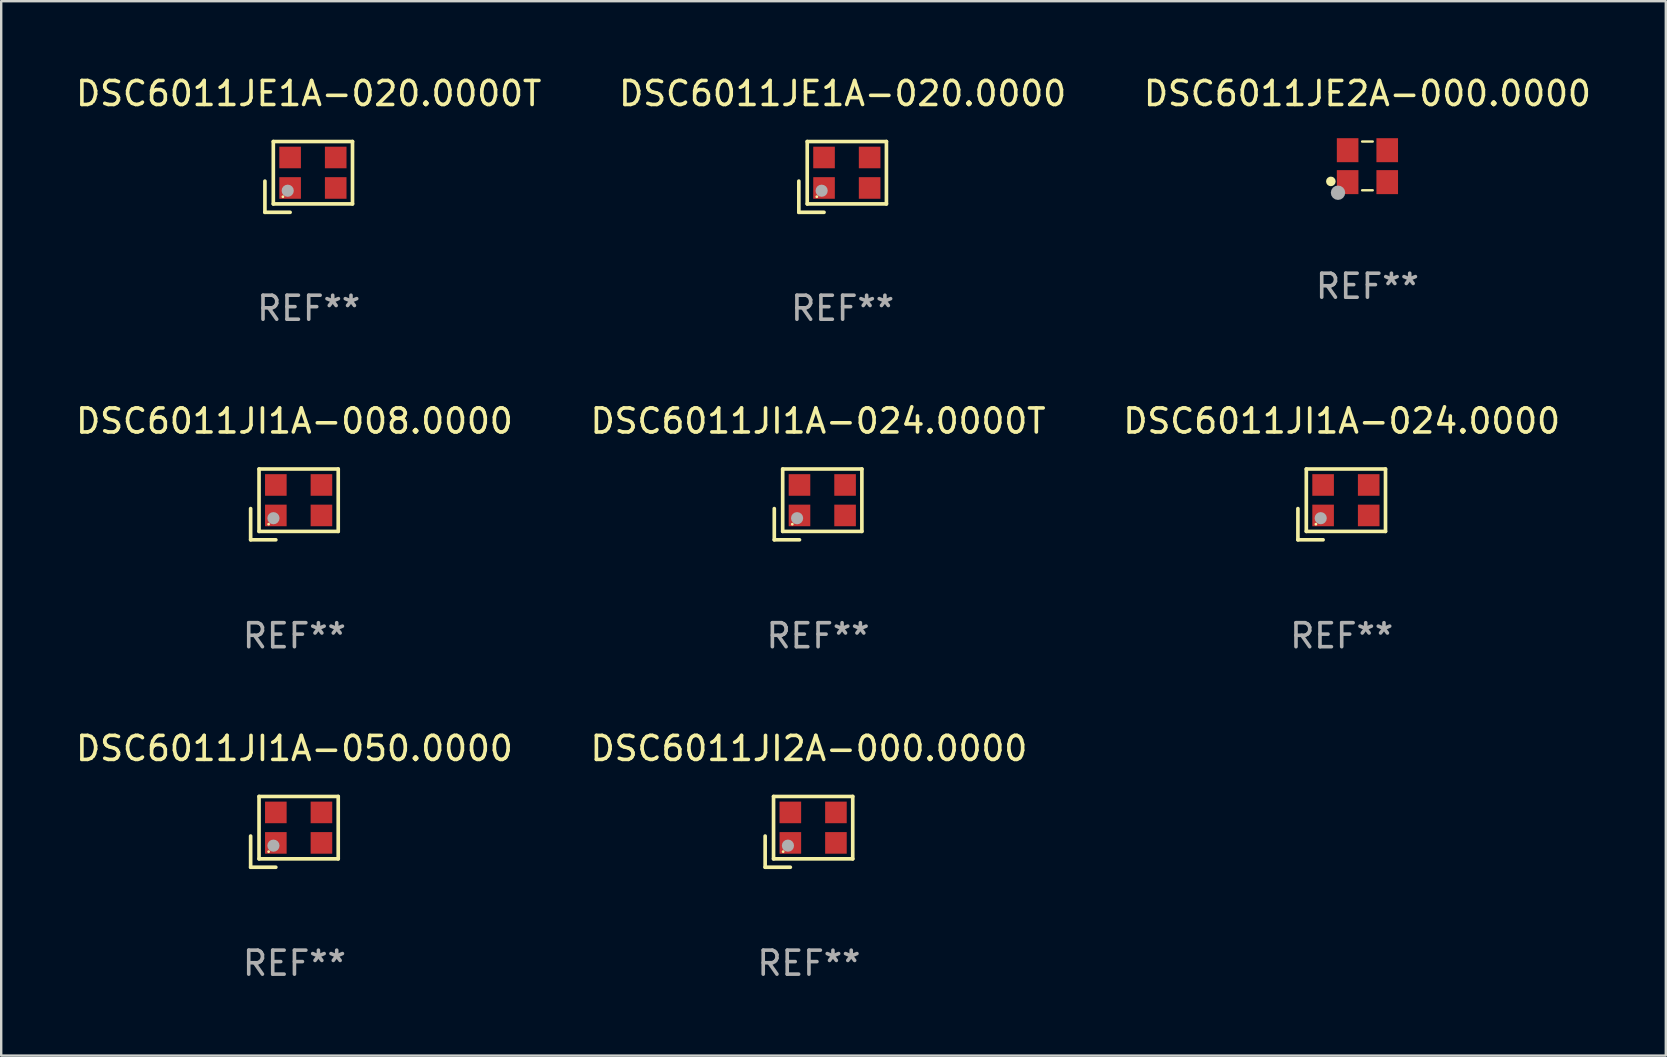
<source format=kicad_pcb>
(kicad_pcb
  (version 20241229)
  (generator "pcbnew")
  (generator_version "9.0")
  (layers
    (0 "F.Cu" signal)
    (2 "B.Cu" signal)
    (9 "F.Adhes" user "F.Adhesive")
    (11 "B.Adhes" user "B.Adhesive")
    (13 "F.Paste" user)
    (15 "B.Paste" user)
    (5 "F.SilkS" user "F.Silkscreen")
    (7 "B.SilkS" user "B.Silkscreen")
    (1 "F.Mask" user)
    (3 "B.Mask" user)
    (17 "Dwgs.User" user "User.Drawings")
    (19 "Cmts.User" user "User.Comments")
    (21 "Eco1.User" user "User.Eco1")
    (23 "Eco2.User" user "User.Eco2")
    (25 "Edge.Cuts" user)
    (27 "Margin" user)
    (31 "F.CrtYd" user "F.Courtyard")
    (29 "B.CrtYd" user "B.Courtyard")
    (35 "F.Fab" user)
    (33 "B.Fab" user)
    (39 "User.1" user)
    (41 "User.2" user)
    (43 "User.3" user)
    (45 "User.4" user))
  (footprint "DSC6011JI1A-008.0000"
    (layer "F.Cu")
    (at 9.22 17.97)
    (property "Reference" "DSC6011JI1A-008.0000" (at 0 -3.475 0) (layer "F.SilkS") (effects (font (size 1 1) (thickness 0.15))))
    (attr through_hole)
    (fp_line (start -1.825 0.175) (end -1.825 1.475) (stroke (width 0.152) (type solid)) (layer "F.SilkS"))
    (fp_line (start -1.825 1.475) (end -0.775 1.475) (stroke (width 0.152) (type solid)) (layer "F.SilkS"))
    (fp_line (start -1.475 -1.475) (end -1.475 1.125) (stroke (width 0.152) (type solid)) (layer "F.SilkS"))
    (fp_line (start -1.475 1.125) (end 1.825 1.125) (stroke (width 0.152) (type solid)) (layer "F.SilkS"))
    (fp_line (start 1.825 -1.475) (end -1.475 -1.475) (stroke (width 0.152) (type solid)) (layer "F.SilkS"))
    (fp_line (start 1.825 1.125) (end 1.825 -1.475) (stroke (width 0.152) (type solid)) (layer "F.SilkS"))
    (fp_circle (center -1.075 0.825) (end -1.045 0.825) (stroke (width 0.06) (type solid)) (fill no) (layer "F.SilkS"))
    (fp_circle (center -0.875 0.575) (end -0.748 0.575) (stroke (width 0.254) (type solid)) (fill no) (layer "F.Fab"))
    (fp_text user "REF**" (at 0 5.475 0) (layer "F.Fab") (effects (font (size 1 1) (thickness 0.15))))
    (pad "1" smd rect (at -0.775 0.46) (size 0.9 0.9) (layers "F.Cu" "F.Mask" "F.Paste"))
    (pad "2" smd rect (at 1.125 0.46) (size 0.9 0.9) (layers "F.Cu" "F.Mask" "F.Paste"))
    (pad "3" smd rect (at 1.125 -0.81) (size 0.9 0.9) (layers "F.Cu" "F.Mask" "F.Paste"))
    (pad "4" smd rect (at -0.775 -0.81) (size 0.9 0.9) (layers "F.Cu" "F.Mask" "F.Paste")))
  (footprint "DSC6011JE1A-020.0000"
    (layer "F.Cu")
    (at 32.065 4.323)
    (property "Reference" "DSC6011JE1A-020.0000" (at 0 -3.475 0) (layer "F.SilkS") (effects (font (size 1 1) (thickness 0.15))))
    (attr through_hole)
    (fp_line (start -1.825 0.175) (end -1.825 1.475) (stroke (width 0.152) (type solid)) (layer "F.SilkS"))
    (fp_line (start -1.825 1.475) (end -0.775 1.475) (stroke (width 0.152) (type solid)) (layer "F.SilkS"))
    (fp_line (start -1.475 -1.475) (end -1.475 1.125) (stroke (width 0.152) (type solid)) (layer "F.SilkS"))
    (fp_line (start -1.475 1.125) (end 1.825 1.125) (stroke (width 0.152) (type solid)) (layer "F.SilkS"))
    (fp_line (start 1.825 -1.475) (end -1.475 -1.475) (stroke (width 0.152) (type solid)) (layer "F.SilkS"))
    (fp_line (start 1.825 1.125) (end 1.825 -1.475) (stroke (width 0.152) (type solid)) (layer "F.SilkS"))
    (fp_circle (center -1.075 0.825) (end -1.045 0.825) (stroke (width 0.06) (type solid)) (fill no) (layer "F.SilkS"))
    (fp_circle (center -0.875 0.575) (end -0.748 0.575) (stroke (width 0.254) (type solid)) (fill no) (layer "F.Fab"))
    (fp_text user "REF**" (at 0 5.475 0) (layer "F.Fab") (effects (font (size 1 1) (thickness 0.15))))
    (pad "1" smd rect (at -0.775 0.46) (size 0.9 0.9) (layers "F.Cu" "F.Mask" "F.Paste"))
    (pad "2" smd rect (at 1.125 0.46) (size 0.9 0.9) (layers "F.Cu" "F.Mask" "F.Paste"))
    (pad "3" smd rect (at 1.125 -0.81) (size 0.9 0.9) (layers "F.Cu" "F.Mask" "F.Paste"))
    (pad "4" smd rect (at -0.775 -0.81) (size 0.9 0.9) (layers "F.Cu" "F.Mask" "F.Paste")))
  (footprint "DSC6011JE2A-000.0000"
    (layer "F.Cu")
    (at 53.935 3.864)
    (property "Reference" "DSC6011JE2A-000.0000" (at 0 -3.016 0) (layer "F.SilkS") (effects (font (size 1 1) (thickness 0.15))))
    (attr through_hole)
    (fp_line (start -0.221 -1.016) (end 0.221 -1.016) (stroke (width 0.1) (type solid)) (layer "F.SilkS"))
    (fp_line (start -0.221 1.016) (end 0.221 1.016) (stroke (width 0.1) (type solid)) (layer "F.SilkS"))
    (fp_circle (center -1.524 0.646) (end -1.424 0.646) (stroke (width 0.2) (type solid)) (fill no) (layer "F.SilkS"))
    (fp_circle (center -1.25 1) (end -1.22 1) (stroke (width 0.06) (type solid)) (fill no) (layer "F.SilkS"))
    (fp_circle (center -1.226 1.118) (end -1.076 1.118) (stroke (width 0.3) (type solid)) (fill no) (layer "F.Fab"))
    (fp_text user "REF**" (at 0 5.016 0) (layer "F.Fab") (effects (font (size 1 1) (thickness 0.15))))
    (pad "1" smd rect (at -0.825 0.676) (size 0.9 1) (layers "F.Cu" "F.Mask" "F.Paste"))
    (pad "2" smd rect (at 0.825 0.676) (size 0.9 1) (layers "F.Cu" "F.Mask" "F.Paste"))
    (pad "3" smd rect (at 0.825 -0.655) (size 0.9 1) (layers "F.Cu" "F.Mask" "F.Paste"))
    (pad "4" smd rect (at -0.825 -0.655) (size 0.9 1) (layers "F.Cu" "F.Mask" "F.Paste")))
  (footprint "DSC6011JE1A-020.0000T"
    (layer "F.Cu")
    (at 9.815 4.323)
    (property "Reference" "DSC6011JE1A-020.0000T" (at 0 -3.475 0) (layer "F.SilkS") (effects (font (size 1 1) (thickness 0.15))))
    (attr through_hole)
    (fp_line (start -1.825 0.175) (end -1.825 1.475) (stroke (width 0.152) (type solid)) (layer "F.SilkS"))
    (fp_line (start -1.825 1.475) (end -0.775 1.475) (stroke (width 0.152) (type solid)) (layer "F.SilkS"))
    (fp_line (start -1.475 -1.475) (end -1.475 1.125) (stroke (width 0.152) (type solid)) (layer "F.SilkS"))
    (fp_line (start -1.475 1.125) (end 1.825 1.125) (stroke (width 0.152) (type solid)) (layer "F.SilkS"))
    (fp_line (start 1.825 -1.475) (end -1.475 -1.475) (stroke (width 0.152) (type solid)) (layer "F.SilkS"))
    (fp_line (start 1.825 1.125) (end 1.825 -1.475) (stroke (width 0.152) (type solid)) (layer "F.SilkS"))
    (fp_circle (center -1.075 0.825) (end -1.045 0.825) (stroke (width 0.06) (type solid)) (fill no) (layer "F.SilkS"))
    (fp_circle (center -0.875 0.575) (end -0.748 0.575) (stroke (width 0.254) (type solid)) (fill no) (layer "F.Fab"))
    (fp_text user "REF**" (at 0 5.475 0) (layer "F.Fab") (effects (font (size 1 1) (thickness 0.15))))
    (pad "1" smd rect (at -0.775 0.46) (size 0.9 0.9) (layers "F.Cu" "F.Mask" "F.Paste"))
    (pad "2" smd rect (at 1.125 0.46) (size 0.9 0.9) (layers "F.Cu" "F.Mask" "F.Paste"))
    (pad "3" smd rect (at 1.125 -0.81) (size 0.9 0.9) (layers "F.Cu" "F.Mask" "F.Paste"))
    (pad "4" smd rect (at -0.775 -0.81) (size 0.9 0.9) (layers "F.Cu" "F.Mask" "F.Paste")))
  (footprint "DSC6011JI1A-024.0000T"
    (layer "F.Cu")
    (at 31.042 17.97)
    (property "Reference" "DSC6011JI1A-024.0000T" (at 0 -3.475 0) (layer "F.SilkS") (effects (font (size 1 1) (thickness 0.15))))
    (attr through_hole)
    (fp_line (start -1.825 0.175) (end -1.825 1.475) (stroke (width 0.152) (type solid)) (layer "F.SilkS"))
    (fp_line (start -1.825 1.475) (end -0.775 1.475) (stroke (width 0.152) (type solid)) (layer "F.SilkS"))
    (fp_line (start -1.475 -1.475) (end -1.475 1.125) (stroke (width 0.152) (type solid)) (layer "F.SilkS"))
    (fp_line (start -1.475 1.125) (end 1.825 1.125) (stroke (width 0.152) (type solid)) (layer "F.SilkS"))
    (fp_line (start 1.825 -1.475) (end -1.475 -1.475) (stroke (width 0.152) (type solid)) (layer "F.SilkS"))
    (fp_line (start 1.825 1.125) (end 1.825 -1.475) (stroke (width 0.152) (type solid)) (layer "F.SilkS"))
    (fp_circle (center -1.075 0.825) (end -1.045 0.825) (stroke (width 0.06) (type solid)) (fill no) (layer "F.SilkS"))
    (fp_circle (center -0.875 0.575) (end -0.748 0.575) (stroke (width 0.254) (type solid)) (fill no) (layer "F.Fab"))
    (fp_text user "REF**" (at 0 5.475 0) (layer "F.Fab") (effects (font (size 1 1) (thickness 0.15))))
    (pad "1" smd rect (at -0.775 0.46) (size 0.9 0.9) (layers "F.Cu" "F.Mask" "F.Paste"))
    (pad "2" smd rect (at 1.125 0.46) (size 0.9 0.9) (layers "F.Cu" "F.Mask" "F.Paste"))
    (pad "3" smd rect (at 1.125 -0.81) (size 0.9 0.9) (layers "F.Cu" "F.Mask" "F.Paste"))
    (pad "4" smd rect (at -0.775 -0.81) (size 0.9 0.9) (layers "F.Cu" "F.Mask" "F.Paste")))
  (footprint "DSC6011JI1A-024.0000"
    (layer "F.Cu")
    (at 52.863 17.97)
    (property "Reference" "DSC6011JI1A-024.0000" (at 0 -3.475 0) (layer "F.SilkS") (effects (font (size 1 1) (thickness 0.15))))
    (attr through_hole)
    (fp_line (start -1.825 0.175) (end -1.825 1.475) (stroke (width 0.152) (type solid)) (layer "F.SilkS"))
    (fp_line (start -1.825 1.475) (end -0.775 1.475) (stroke (width 0.152) (type solid)) (layer "F.SilkS"))
    (fp_line (start -1.475 -1.475) (end -1.475 1.125) (stroke (width 0.152) (type solid)) (layer "F.SilkS"))
    (fp_line (start -1.475 1.125) (end 1.825 1.125) (stroke (width 0.152) (type solid)) (layer "F.SilkS"))
    (fp_line (start 1.825 -1.475) (end -1.475 -1.475) (stroke (width 0.152) (type solid)) (layer "F.SilkS"))
    (fp_line (start 1.825 1.125) (end 1.825 -1.475) (stroke (width 0.152) (type solid)) (layer "F.SilkS"))
    (fp_circle (center -1.075 0.825) (end -1.045 0.825) (stroke (width 0.06) (type solid)) (fill no) (layer "F.SilkS"))
    (fp_circle (center -0.875 0.575) (end -0.748 0.575) (stroke (width 0.254) (type solid)) (fill no) (layer "F.Fab"))
    (fp_text user "REF**" (at 0 5.475 0) (layer "F.Fab") (effects (font (size 1 1) (thickness 0.15))))
    (pad "1" smd rect (at -0.775 0.46) (size 0.9 0.9) (layers "F.Cu" "F.Mask" "F.Paste"))
    (pad "2" smd rect (at 1.125 0.46) (size 0.9 0.9) (layers "F.Cu" "F.Mask" "F.Paste"))
    (pad "3" smd rect (at 1.125 -0.81) (size 0.9 0.9) (layers "F.Cu" "F.Mask" "F.Paste"))
    (pad "4" smd rect (at -0.775 -0.81) (size 0.9 0.9) (layers "F.Cu" "F.Mask" "F.Paste")))
  (footprint "DSC6011JI1A-050.0000"
    (layer "F.Cu")
    (at 9.22 31.616)
    (property "Reference" "DSC6011JI1A-050.0000" (at 0 -3.475 0) (layer "F.SilkS") (effects (font (size 1 1) (thickness 0.15))))
    (attr through_hole)
    (fp_line (start -1.825 0.175) (end -1.825 1.475) (stroke (width 0.152) (type solid)) (layer "F.SilkS"))
    (fp_line (start -1.825 1.475) (end -0.775 1.475) (stroke (width 0.152) (type solid)) (layer "F.SilkS"))
    (fp_line (start -1.475 -1.475) (end -1.475 1.125) (stroke (width 0.152) (type solid)) (layer "F.SilkS"))
    (fp_line (start -1.475 1.125) (end 1.825 1.125) (stroke (width 0.152) (type solid)) (layer "F.SilkS"))
    (fp_line (start 1.825 -1.475) (end -1.475 -1.475) (stroke (width 0.152) (type solid)) (layer "F.SilkS"))
    (fp_line (start 1.825 1.125) (end 1.825 -1.475) (stroke (width 0.152) (type solid)) (layer "F.SilkS"))
    (fp_circle (center -1.075 0.825) (end -1.045 0.825) (stroke (width 0.06) (type solid)) (fill no) (layer "F.SilkS"))
    (fp_circle (center -0.875 0.575) (end -0.748 0.575) (stroke (width 0.254) (type solid)) (fill no) (layer "F.Fab"))
    (fp_text user "REF**" (at 0 5.475 0) (layer "F.Fab") (effects (font (size 1 1) (thickness 0.15))))
    (pad "1" smd rect (at -0.775 0.46) (size 0.9 0.9) (layers "F.Cu" "F.Mask" "F.Paste"))
    (pad "2" smd rect (at 1.125 0.46) (size 0.9 0.9) (layers "F.Cu" "F.Mask" "F.Paste"))
    (pad "3" smd rect (at 1.125 -0.81) (size 0.9 0.9) (layers "F.Cu" "F.Mask" "F.Paste"))
    (pad "4" smd rect (at -0.775 -0.81) (size 0.9 0.9) (layers "F.Cu" "F.Mask" "F.Paste")))
  (footprint "DSC6011JI2A-000.0000"
    (layer "F.Cu")
    (at 30.661 31.616)
    (property "Reference" "DSC6011JI2A-000.0000" (at 0 -3.475 0) (layer "F.SilkS") (effects (font (size 1 1) (thickness 0.15))))
    (attr through_hole)
    (fp_line (start -1.825 0.175) (end -1.825 1.475) (stroke (width 0.152) (type solid)) (layer "F.SilkS"))
    (fp_line (start -1.825 1.475) (end -0.775 1.475) (stroke (width 0.152) (type solid)) (layer "F.SilkS"))
    (fp_line (start -1.475 -1.475) (end -1.475 1.125) (stroke (width 0.152) (type solid)) (layer "F.SilkS"))
    (fp_line (start -1.475 1.125) (end 1.825 1.125) (stroke (width 0.152) (type solid)) (layer "F.SilkS"))
    (fp_line (start 1.825 -1.475) (end -1.475 -1.475) (stroke (width 0.152) (type solid)) (layer "F.SilkS"))
    (fp_line (start 1.825 1.125) (end 1.825 -1.475) (stroke (width 0.152) (type solid)) (layer "F.SilkS"))
    (fp_circle (center -1.075 0.825) (end -1.045 0.825) (stroke (width 0.06) (type solid)) (fill no) (layer "F.SilkS"))
    (fp_circle (center -0.875 0.575) (end -0.748 0.575) (stroke (width 0.254) (type solid)) (fill no) (layer "F.Fab"))
    (fp_text user "REF**" (at 0 5.475 0) (layer "F.Fab") (effects (font (size 1 1) (thickness 0.15))))
    (pad "1" smd rect (at -0.775 0.46) (size 0.9 0.9) (layers "F.Cu" "F.Mask" "F.Paste"))
    (pad "2" smd rect (at 1.125 0.46) (size 0.9 0.9) (layers "F.Cu" "F.Mask" "F.Paste"))
    (pad "3" smd rect (at 1.125 -0.81) (size 0.9 0.9) (layers "F.Cu" "F.Mask" "F.Paste"))
    (pad "4" smd rect (at -0.775 -0.81) (size 0.9 0.9) (layers "F.Cu" "F.Mask" "F.Paste")))
  (gr_rect
    (start -3 -3)
    (end 66.369 40.94)
    (stroke (width 0.1) (type default))
    (fill no)
    (layer "Edge.Cuts")))
</source>
